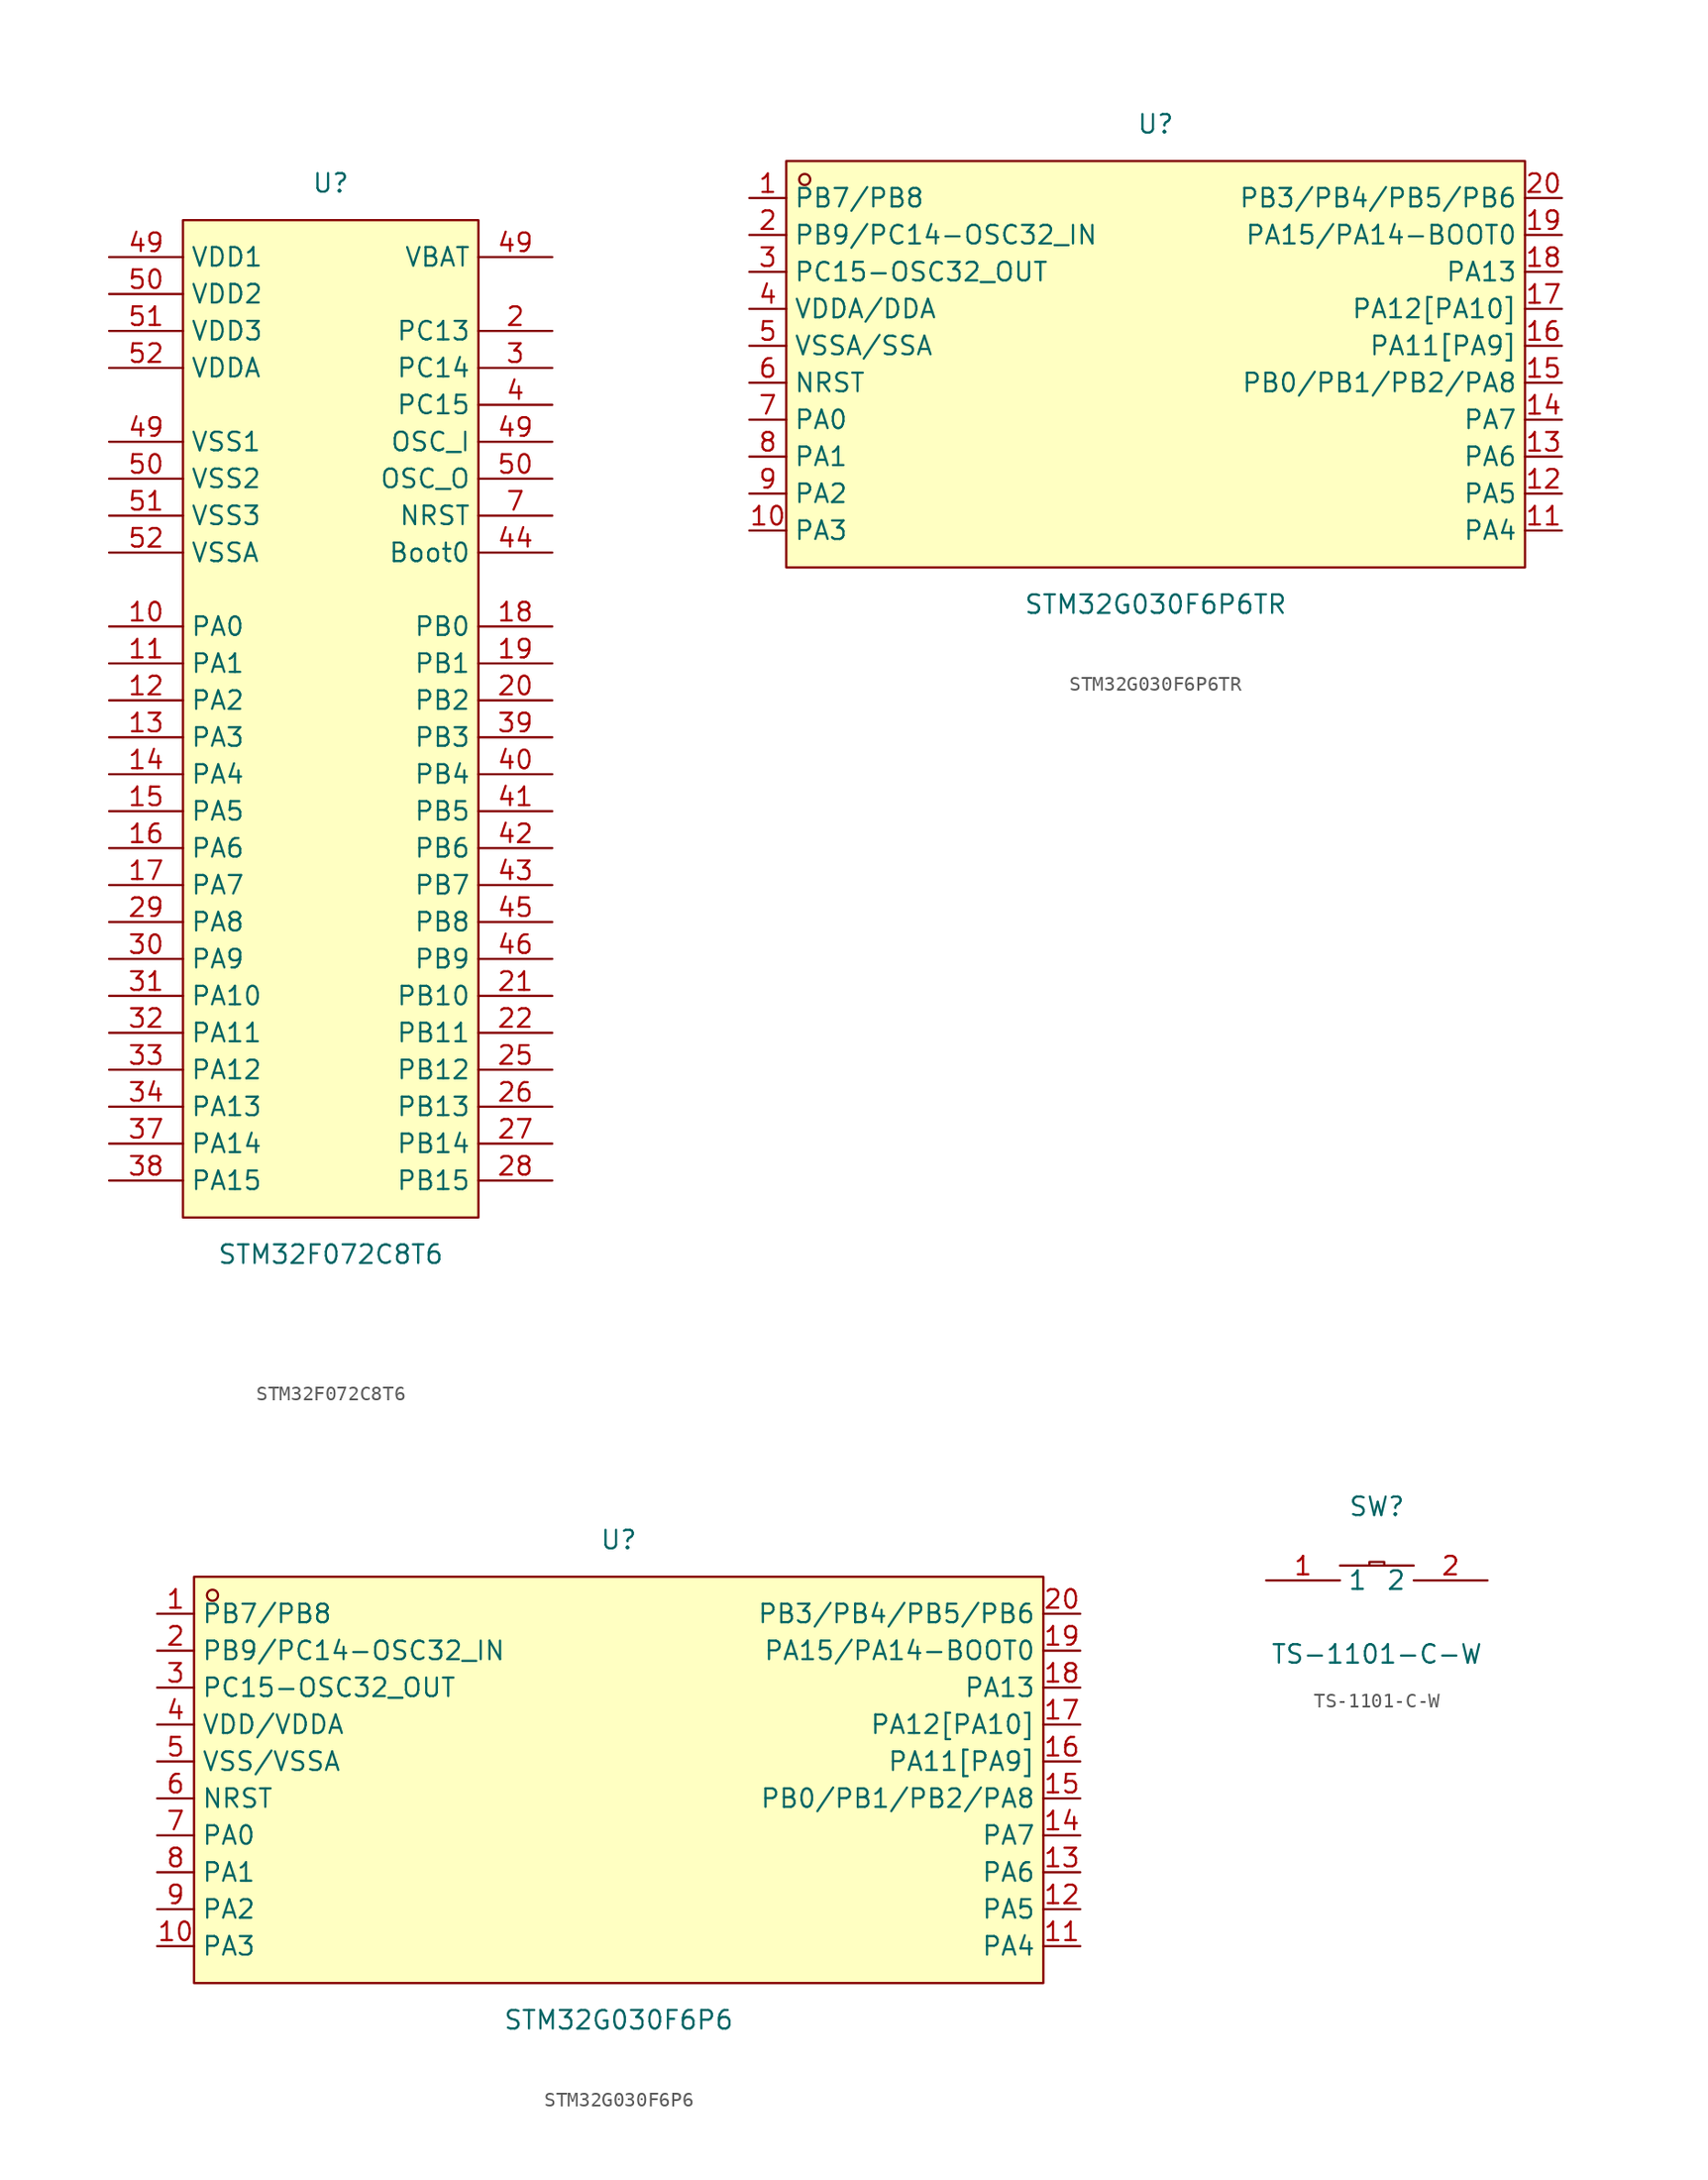
<source format=kicad_sym>
(kicad_symbol_lib
  (version 20211014)
  (generator https://github.com/uPesy/easyeda2kicad.py)
  (symbol "STM32F072C8T6"
    (property "Reference" "U"
      (at 0 36.83 0)
      (effects (font (size 1.27 1.27))))
    (property "Value" "STM32F072C8T6"
      (at 0 -36.83 0)
      (effects (font (size 1.27 1.27))))
    (symbol "STM32F072C8T6_0_1"
      (rectangle (start -10.16 34.29) (end 10.16 -34.29) (stroke (width 0) (type default) (color 0 0 0 0)) (fill (type background)))
      (pin unspecified line (at 15.24 26.67 180) (length 5.08) (name "PC13" (effects (font (size 1.27 1.27)))) (number "2" (effects (font (size 1.27 1.27)))))
      (pin unspecified line (at 15.24 24.13 180) (length 5.08) (name "PC14" (effects (font (size 1.27 1.27)))) (number "3" (effects (font (size 1.27 1.27)))))
      (pin unspecified line (at 15.24 21.59 180) (length 5.08) (name "PC15" (effects (font (size 1.27 1.27)))) (number "4" (effects (font (size 1.27 1.27)))))
      (pin unspecified line (at 15.24 13.97 180) (length 5.08) (name "NRST" (effects (font (size 1.27 1.27)))) (number "7" (effects (font (size 1.27 1.27)))))
      (pin unspecified line (at -15.24 6.35 0) (length 5.08) (name "PA0" (effects (font (size 1.27 1.27)))) (number "10" (effects (font (size 1.27 1.27)))))
      (pin unspecified line (at -15.24 3.81 0) (length 5.08) (name "PA1" (effects (font (size 1.27 1.27)))) (number "11" (effects (font (size 1.27 1.27)))))
      (pin unspecified line (at -15.24 1.27 0) (length 5.08) (name "PA2" (effects (font (size 1.27 1.27)))) (number "12" (effects (font (size 1.27 1.27)))))
      (pin unspecified line (at -15.24 -1.27 0) (length 5.08) (name "PA3" (effects (font (size 1.27 1.27)))) (number "13" (effects (font (size 1.27 1.27)))))
      (pin unspecified line (at -15.24 -3.81 0) (length 5.08) (name "PA4" (effects (font (size 1.27 1.27)))) (number "14" (effects (font (size 1.27 1.27)))))
      (pin unspecified line (at -15.24 -6.35 0) (length 5.08) (name "PA5" (effects (font (size 1.27 1.27)))) (number "15" (effects (font (size 1.27 1.27)))))
      (pin unspecified line (at -15.24 -8.89 0) (length 5.08) (name "PA6" (effects (font (size 1.27 1.27)))) (number "16" (effects (font (size 1.27 1.27)))))
      (pin unspecified line (at -15.24 -11.43 0) (length 5.08) (name "PA7" (effects (font (size 1.27 1.27)))) (number "17" (effects (font (size 1.27 1.27)))))
      (pin unspecified line (at -15.24 -13.97 0) (length 5.08) (name "PA8" (effects (font (size 1.27 1.27)))) (number "29" (effects (font (size 1.27 1.27)))))
      (pin unspecified line (at -15.24 -16.51 0) (length 5.08) (name "PA9" (effects (font (size 1.27 1.27)))) (number "30" (effects (font (size 1.27 1.27)))))
      (pin unspecified line (at -15.24 -19.05 0) (length 5.08) (name "PA10" (effects (font (size 1.27 1.27)))) (number "31" (effects (font (size 1.27 1.27)))))
      (pin unspecified line (at -15.24 -21.59 0) (length 5.08) (name "PA11" (effects (font (size 1.27 1.27)))) (number "32" (effects (font (size 1.27 1.27)))))
      (pin unspecified line (at -15.24 -24.13 0) (length 5.08) (name "PA12" (effects (font (size 1.27 1.27)))) (number "33" (effects (font (size 1.27 1.27)))))
      (pin unspecified line (at -15.24 -26.67 0) (length 5.08) (name "PA13" (effects (font (size 1.27 1.27)))) (number "34" (effects (font (size 1.27 1.27)))))
      (pin unspecified line (at -15.24 -29.21 0) (length 5.08) (name "PA14" (effects (font (size 1.27 1.27)))) (number "37" (effects (font (size 1.27 1.27)))))
      (pin unspecified line (at -15.24 -31.75 0) (length 5.08) (name "PA15" (effects (font (size 1.27 1.27)))) (number "38" (effects (font (size 1.27 1.27)))))
      (pin unspecified line (at 15.24 6.35 180) (length 5.08) (name "PB0" (effects (font (size 1.27 1.27)))) (number "18" (effects (font (size 1.27 1.27)))))
      (pin unspecified line (at 15.24 3.81 180) (length 5.08) (name "PB1" (effects (font (size 1.27 1.27)))) (number "19" (effects (font (size 1.27 1.27)))))
      (pin unspecified line (at 15.24 1.27 180) (length 5.08) (name "PB2" (effects (font (size 1.27 1.27)))) (number "20" (effects (font (size 1.27 1.27)))))
      (pin unspecified line (at 15.24 -1.27 180) (length 5.08) (name "PB3" (effects (font (size 1.27 1.27)))) (number "39" (effects (font (size 1.27 1.27)))))
      (pin unspecified line (at 15.24 -3.81 180) (length 5.08) (name "PB4" (effects (font (size 1.27 1.27)))) (number "40" (effects (font (size 1.27 1.27)))))
      (pin unspecified line (at 15.24 -6.35 180) (length 5.08) (name "PB5" (effects (font (size 1.27 1.27)))) (number "41" (effects (font (size 1.27 1.27)))))
      (pin unspecified line (at 15.24 -8.89 180) (length 5.08) (name "PB6" (effects (font (size 1.27 1.27)))) (number "42" (effects (font (size 1.27 1.27)))))
      (pin unspecified line (at 15.24 -11.43 180) (length 5.08) (name "PB7" (effects (font (size 1.27 1.27)))) (number "43" (effects (font (size 1.27 1.27)))))
      (pin unspecified line (at 15.24 -13.97 180) (length 5.08) (name "PB8" (effects (font (size 1.27 1.27)))) (number "45" (effects (font (size 1.27 1.27)))))
      (pin unspecified line (at 15.24 -16.51 180) (length 5.08) (name "PB9" (effects (font (size 1.27 1.27)))) (number "46" (effects (font (size 1.27 1.27)))))
      (pin unspecified line (at 15.24 -19.05 180) (length 5.08) (name "PB10" (effects (font (size 1.27 1.27)))) (number "21" (effects (font (size 1.27 1.27)))))
      (pin unspecified line (at 15.24 -21.59 180) (length 5.08) (name "PB11" (effects (font (size 1.27 1.27)))) (number "22" (effects (font (size 1.27 1.27)))))
      (pin unspecified line (at 15.24 -24.13 180) (length 5.08) (name "PB12" (effects (font (size 1.27 1.27)))) (number "25" (effects (font (size 1.27 1.27)))))
      (pin unspecified line (at 15.24 -26.67 180) (length 5.08) (name "PB13" (effects (font (size 1.27 1.27)))) (number "26" (effects (font (size 1.27 1.27)))))
      (pin unspecified line (at 15.24 -29.21 180) (length 5.08) (name "PB14" (effects (font (size 1.27 1.27)))) (number "27" (effects (font (size 1.27 1.27)))))
      (pin unspecified line (at 15.24 -31.75 180) (length 5.08) (name "PB15" (effects (font (size 1.27 1.27)))) (number "28" (effects (font (size 1.27 1.27)))))
      (pin unspecified line (at 15.24 11.43 180) (length 5.08) (name "Boot0" (effects (font (size 1.27 1.27)))) (number "44" (effects (font (size 1.27 1.27)))))
      (pin unspecified line (at -15.24 31.75 0) (length 5.08) (name "VDD1" (effects (font (size 1.27 1.27)))) (number "49" (effects (font (size 1.27 1.27)))))
      (pin unspecified line (at -15.24 29.21 0) (length 5.08) (name "VDD2" (effects (font (size 1.27 1.27)))) (number "50" (effects (font (size 1.27 1.27)))))
      (pin unspecified line (at -15.24 26.67 0) (length 5.08) (name "VDD3" (effects (font (size 1.27 1.27)))) (number "51" (effects (font (size 1.27 1.27)))))
      (pin unspecified line (at -15.24 24.13 0) (length 5.08) (name "VDDA" (effects (font (size 1.27 1.27)))) (number "52" (effects (font (size 1.27 1.27)))))
      (pin unspecified line (at 15.24 31.75 180) (length 5.08) (name "VBAT" (effects (font (size 1.27 1.27)))) (number "49" (effects (font (size 1.27 1.27)))))
      (pin unspecified line (at -15.24 19.05 0) (length 5.08) (name "VSS1" (effects (font (size 1.27 1.27)))) (number "49" (effects (font (size 1.27 1.27)))))
      (pin unspecified line (at -15.24 16.51 0) (length 5.08) (name "VSS2" (effects (font (size 1.27 1.27)))) (number "50" (effects (font (size 1.27 1.27)))))
      (pin unspecified line (at -15.24 13.97 0) (length 5.08) (name "VSS3" (effects (font (size 1.27 1.27)))) (number "51" (effects (font (size 1.27 1.27)))))
      (pin unspecified line (at -15.24 11.43 0) (length 5.08) (name "VSSA" (effects (font (size 1.27 1.27)))) (number "52" (effects (font (size 1.27 1.27)))))
      (pin unspecified line (at 15.24 19.05 180) (length 5.08) (name "OSC_I" (effects (font (size 1.27 1.27)))) (number "49" (effects (font (size 1.27 1.27)))))
      (pin unspecified line (at 15.24 16.51 180) (length 5.08) (name "OSC_O" (effects (font (size 1.27 1.27)))) (number "50" (effects (font (size 1.27 1.27)))))))
  (symbol "STM32G030F6P6TR"
    (property "Reference" "U"
      (at 0 16.51 0)
      (effects (font (size 1.27 1.27))))
    (property "Value" "STM32G030F6P6TR"
      (at 0 -16.51 0)
      (effects (font (size 1.27 1.27))))
    (symbol "STM32G030F6P6TR_0_1"
      (rectangle (start -25.40 13.97) (end 25.40 -13.97) (stroke (width 0) (type default) (color 0 0 0 0)) (fill (type background)))
      (circle (center -24.13 12.70) (radius 0.38) (stroke (width 0) (type default) (color 0 0 0 0)) (fill (type none)))
      (pin unspecified line (at -27.94 11.43 0) (length 2.54) (name "PB7/PB8" (effects (font (size 1.27 1.27)))) (number "1" (effects (font (size 1.27 1.27)))))
      (pin unspecified line (at -27.94 8.89 0) (length 2.54) (name "PB9/PC14-OSC32_IN" (effects (font (size 1.27 1.27)))) (number "2" (effects (font (size 1.27 1.27)))))
      (pin unspecified line (at -27.94 6.35 0) (length 2.54) (name "PC15-OSC32_OUT" (effects (font (size 1.27 1.27)))) (number "3" (effects (font (size 1.27 1.27)))))
      (pin unspecified line (at -27.94 3.81 0) (length 2.54) (name "VDDA/DDA" (effects (font (size 1.27 1.27)))) (number "4" (effects (font (size 1.27 1.27)))))
      (pin unspecified line (at -27.94 1.27 0) (length 2.54) (name "VSSA/SSA" (effects (font (size 1.27 1.27)))) (number "5" (effects (font (size 1.27 1.27)))))
      (pin unspecified line (at -27.94 -1.27 0) (length 2.54) (name "NRST" (effects (font (size 1.27 1.27)))) (number "6" (effects (font (size 1.27 1.27)))))
      (pin unspecified line (at -27.94 -3.81 0) (length 2.54) (name "PA0" (effects (font (size 1.27 1.27)))) (number "7" (effects (font (size 1.27 1.27)))))
      (pin unspecified line (at -27.94 -6.35 0) (length 2.54) (name "PA1" (effects (font (size 1.27 1.27)))) (number "8" (effects (font (size 1.27 1.27)))))
      (pin unspecified line (at -27.94 -8.89 0) (length 2.54) (name "PA2" (effects (font (size 1.27 1.27)))) (number "9" (effects (font (size 1.27 1.27)))))
      (pin unspecified line (at -27.94 -11.43 0) (length 2.54) (name "PA3" (effects (font (size 1.27 1.27)))) (number "10" (effects (font (size 1.27 1.27)))))
      (pin unspecified line (at 27.94 -11.43 180) (length 2.54) (name "PA4" (effects (font (size 1.27 1.27)))) (number "11" (effects (font (size 1.27 1.27)))))
      (pin unspecified line (at 27.94 -8.89 180) (length 2.54) (name "PA5" (effects (font (size 1.27 1.27)))) (number "12" (effects (font (size 1.27 1.27)))))
      (pin unspecified line (at 27.94 -6.35 180) (length 2.54) (name "PA6" (effects (font (size 1.27 1.27)))) (number "13" (effects (font (size 1.27 1.27)))))
      (pin unspecified line (at 27.94 -3.81 180) (length 2.54) (name "PA7" (effects (font (size 1.27 1.27)))) (number "14" (effects (font (size 1.27 1.27)))))
      (pin unspecified line (at 27.94 -1.27 180) (length 2.54) (name "PB0/PB1/PB2/PA8" (effects (font (size 1.27 1.27)))) (number "15" (effects (font (size 1.27 1.27)))))
      (pin unspecified line (at 27.94 1.27 180) (length 2.54) (name "PA11[PA9]" (effects (font (size 1.27 1.27)))) (number "16" (effects (font (size 1.27 1.27)))))
      (pin unspecified line (at 27.94 3.81 180) (length 2.54) (name "PA12[PA10]" (effects (font (size 1.27 1.27)))) (number "17" (effects (font (size 1.27 1.27)))))
      (pin unspecified line (at 27.94 6.35 180) (length 2.54) (name "PA13" (effects (font (size 1.27 1.27)))) (number "18" (effects (font (size 1.27 1.27)))))
      (pin unspecified line (at 27.94 8.89 180) (length 2.54) (name "PA15/PA14-BOOT0" (effects (font (size 1.27 1.27)))) (number "19" (effects (font (size 1.27 1.27)))))
      (pin unspecified line (at 27.94 11.43 180) (length 2.54) (name "PB3/PB4/PB5/PB6" (effects (font (size 1.27 1.27)))) (number "20" (effects (font (size 1.27 1.27)))))))
  (symbol "STM32G030F6P6"
    (property "Reference" "U"
      (at 0 16.51 0)
      (effects (font (size 1.27 1.27))))
    (property "Value" "STM32G030F6P6"
      (at 0 -16.51 0)
      (effects (font (size 1.27 1.27))))
    (symbol "STM32G030F6P6_0_1"
      (rectangle (start -29.21 13.97) (end 29.21 -13.97) (stroke (width 0) (type default) (color 0 0 0 0)) (fill (type background)))
      (circle (center -27.94 12.70) (radius 0.38) (stroke (width 0) (type default) (color 0 0 0 0)) (fill (type none)))
      (pin unspecified line (at -31.75 11.43 0) (length 2.54) (name "PB7/PB8" (effects (font (size 1.27 1.27)))) (number "1" (effects (font (size 1.27 1.27)))))
      (pin unspecified line (at -31.75 8.89 0) (length 2.54) (name "PB9/PC14-OSC32_IN" (effects (font (size 1.27 1.27)))) (number "2" (effects (font (size 1.27 1.27)))))
      (pin unspecified line (at -31.75 6.35 0) (length 2.54) (name "PC15-OSC32_OUT" (effects (font (size 1.27 1.27)))) (number "3" (effects (font (size 1.27 1.27)))))
      (pin unspecified line (at -31.75 3.81 0) (length 2.54) (name "VDD/VDDA" (effects (font (size 1.27 1.27)))) (number "4" (effects (font (size 1.27 1.27)))))
      (pin unspecified line (at -31.75 1.27 0) (length 2.54) (name "VSS/VSSA" (effects (font (size 1.27 1.27)))) (number "5" (effects (font (size 1.27 1.27)))))
      (pin unspecified line (at -31.75 -1.27 0) (length 2.54) (name "NRST" (effects (font (size 1.27 1.27)))) (number "6" (effects (font (size 1.27 1.27)))))
      (pin unspecified line (at -31.75 -3.81 0) (length 2.54) (name "PA0" (effects (font (size 1.27 1.27)))) (number "7" (effects (font (size 1.27 1.27)))))
      (pin unspecified line (at -31.75 -6.35 0) (length 2.54) (name "PA1" (effects (font (size 1.27 1.27)))) (number "8" (effects (font (size 1.27 1.27)))))
      (pin unspecified line (at -31.75 -8.89 0) (length 2.54) (name "PA2" (effects (font (size 1.27 1.27)))) (number "9" (effects (font (size 1.27 1.27)))))
      (pin unspecified line (at -31.75 -11.43 0) (length 2.54) (name "PA3" (effects (font (size 1.27 1.27)))) (number "10" (effects (font (size 1.27 1.27)))))
      (pin unspecified line (at 31.75 -11.43 180) (length 2.54) (name "PA4" (effects (font (size 1.27 1.27)))) (number "11" (effects (font (size 1.27 1.27)))))
      (pin unspecified line (at 31.75 -8.89 180) (length 2.54) (name "PA5" (effects (font (size 1.27 1.27)))) (number "12" (effects (font (size 1.27 1.27)))))
      (pin unspecified line (at 31.75 -6.35 180) (length 2.54) (name "PA6" (effects (font (size 1.27 1.27)))) (number "13" (effects (font (size 1.27 1.27)))))
      (pin unspecified line (at 31.75 -3.81 180) (length 2.54) (name "PA7" (effects (font (size 1.27 1.27)))) (number "14" (effects (font (size 1.27 1.27)))))
      (pin unspecified line (at 31.75 -1.27 180) (length 2.54) (name "PB0/PB1/PB2/PA8" (effects (font (size 1.27 1.27)))) (number "15" (effects (font (size 1.27 1.27)))))
      (pin unspecified line (at 31.75 1.27 180) (length 2.54) (name "PA11[PA9]" (effects (font (size 1.27 1.27)))) (number "16" (effects (font (size 1.27 1.27)))))
      (pin unspecified line (at 31.75 3.81 180) (length 2.54) (name "PA12[PA10]" (effects (font (size 1.27 1.27)))) (number "17" (effects (font (size 1.27 1.27)))))
      (pin unspecified line (at 31.75 6.35 180) (length 2.54) (name "PA13" (effects (font (size 1.27 1.27)))) (number "18" (effects (font (size 1.27 1.27)))))
      (pin unspecified line (at 31.75 8.89 180) (length 2.54) (name "PA15/PA14-BOOT0" (effects (font (size 1.27 1.27)))) (number "19" (effects (font (size 1.27 1.27)))))
      (pin unspecified line (at 31.75 11.43 180) (length 2.54) (name "PB3/PB4/PB5/PB6" (effects (font (size 1.27 1.27)))) (number "20" (effects (font (size 1.27 1.27)))))))
  (symbol "TS-1101-C-W"
    (property "Reference" "SW"
      (at 0 5.08 0)
      (effects (font (size 1.27 1.27))))
    (property "Value" "TS-1101-C-W"
      (at 0 -5.08 0)
      (effects (font (size 1.27 1.27))))
    (symbol "TS-1101-C-W_0_1"
      (polyline (pts (xy -0.51 1.02) (xy -0.51 1.27) (xy 0.51 1.27) (xy 0.51 1.02)) (stroke (width 0) (type default) (color 0 0 0 0)) (fill (type none)))
      (polyline (pts (xy -2.54 1.02) (xy 2.54 1.02)) (stroke (width 0) (type default) (color 0 0 0 0)) (fill (type none)))
      (pin unspecified line (at -7.62 -0.00 0) (length 5.08) (name "1" (effects (font (size 1.27 1.27)))) (number "1" (effects (font (size 1.27 1.27)))))
      (pin unspecified line (at 7.62 -0.00 180) (length 5.08) (name "2" (effects (font (size 1.27 1.27)))) (number "2" (effects (font (size 1.27 1.27))))))))
</source>
